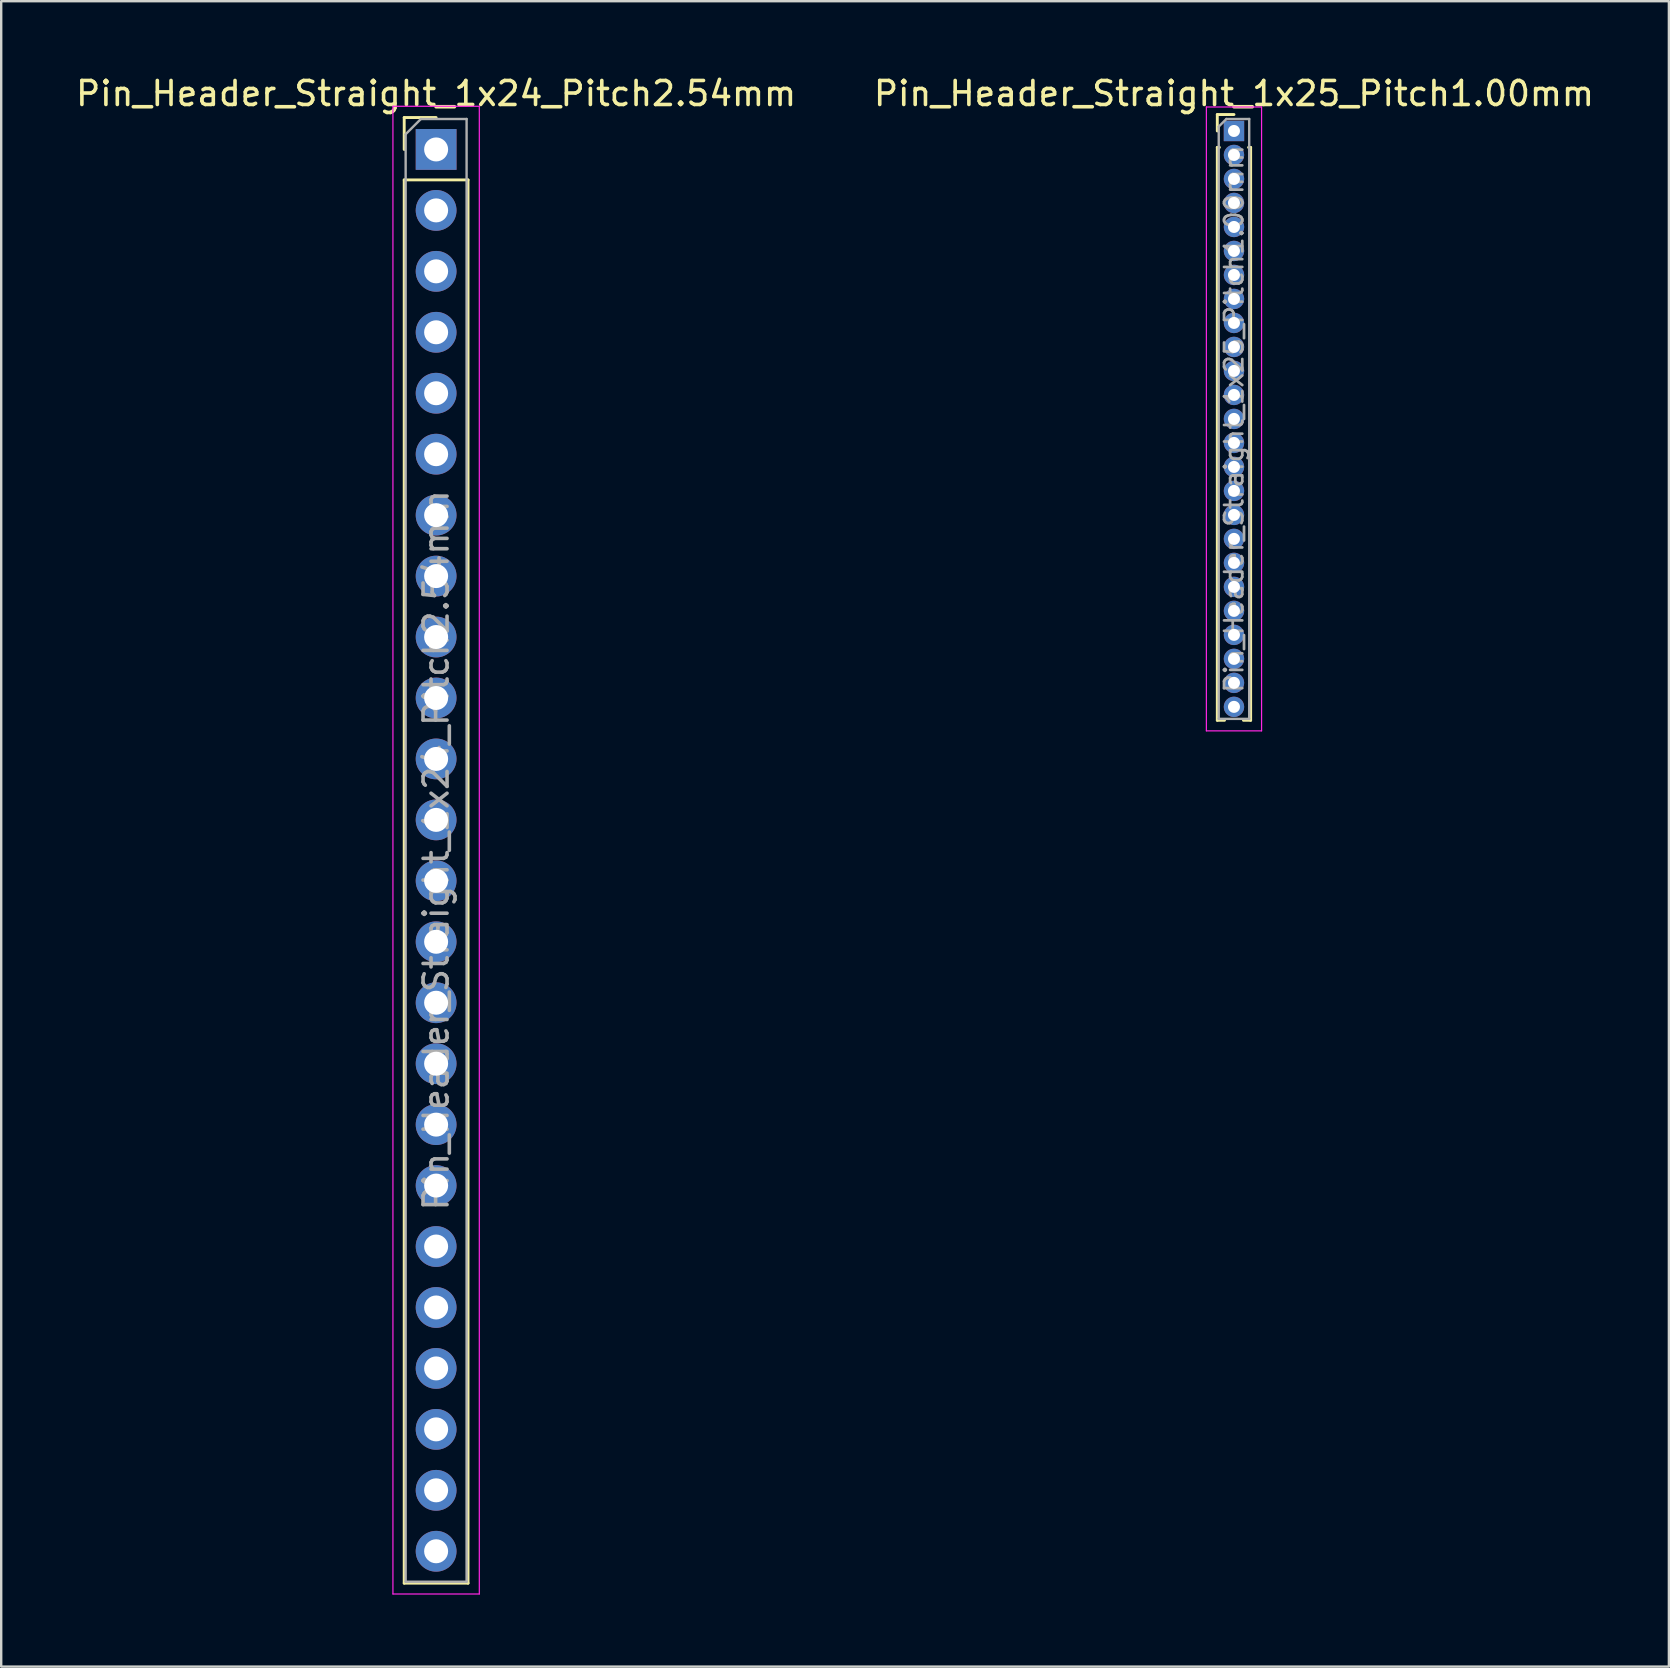
<source format=kicad_pcb>
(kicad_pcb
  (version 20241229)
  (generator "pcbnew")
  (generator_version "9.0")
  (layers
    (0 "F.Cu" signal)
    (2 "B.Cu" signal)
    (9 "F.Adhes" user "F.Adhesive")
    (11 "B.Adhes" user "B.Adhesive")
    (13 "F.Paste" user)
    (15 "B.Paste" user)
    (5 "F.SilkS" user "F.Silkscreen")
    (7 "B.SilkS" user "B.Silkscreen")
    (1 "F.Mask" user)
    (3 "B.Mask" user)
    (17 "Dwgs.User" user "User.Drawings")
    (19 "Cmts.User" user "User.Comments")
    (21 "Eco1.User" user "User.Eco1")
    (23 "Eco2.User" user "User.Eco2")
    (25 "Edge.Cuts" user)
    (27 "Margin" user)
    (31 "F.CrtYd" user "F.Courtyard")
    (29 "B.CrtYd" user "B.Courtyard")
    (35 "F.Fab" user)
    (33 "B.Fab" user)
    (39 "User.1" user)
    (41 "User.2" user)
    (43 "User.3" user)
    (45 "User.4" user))
  (footprint "Pin_Header_Straight_1x24_Pitch2.54mm"
    (layer "F.Cu")
    (at 15.125 3.178)
    (property "Reference" "Pin_Header_Straight_1x24_Pitch2.54mm" (at 0 -2.33 0) (layer "F.SilkS") (effects (font (size 1 1) (thickness 0.15))))
    (attr through_hole)
    (fp_line (start -1.33 -1.33) (end 0 -1.33) (stroke (width 0.12) (type solid)) (layer "F.SilkS"))
    (fp_line (start -1.33 0) (end -1.33 -1.33) (stroke (width 0.12) (type solid)) (layer "F.SilkS"))
    (fp_line (start -1.33 1.27) (end -1.33 59.75) (stroke (width 0.12) (type solid)) (layer "F.SilkS"))
    (fp_line (start -1.33 1.27) (end 1.33 1.27) (stroke (width 0.12) (type solid)) (layer "F.SilkS"))
    (fp_line (start -1.33 59.75) (end 1.33 59.75) (stroke (width 0.12) (type solid)) (layer "F.SilkS"))
    (fp_line (start 1.33 1.27) (end 1.33 59.75) (stroke (width 0.12) (type solid)) (layer "F.SilkS"))
    (fp_line (start -1.8 -1.8) (end -1.8 60.2) (stroke (width 0.05) (type solid)) (layer "F.CrtYd"))
    (fp_line (start -1.8 60.2) (end 1.8 60.2) (stroke (width 0.05) (type solid)) (layer "F.CrtYd"))
    (fp_line (start 1.8 -1.8) (end -1.8 -1.8) (stroke (width 0.05) (type solid)) (layer "F.CrtYd"))
    (fp_line (start 1.8 60.2) (end 1.8 -1.8) (stroke (width 0.05) (type solid)) (layer "F.CrtYd"))
    (fp_line (start -1.27 -0.635) (end -0.635 -1.27) (stroke (width 0.1) (type solid)) (layer "F.Fab"))
    (fp_line (start -1.27 59.69) (end -1.27 -0.635) (stroke (width 0.1) (type solid)) (layer "F.Fab"))
    (fp_line (start -0.635 -1.27) (end 1.27 -1.27) (stroke (width 0.1) (type solid)) (layer "F.Fab"))
    (fp_line (start 1.27 -1.27) (end 1.27 59.69) (stroke (width 0.1) (type solid)) (layer "F.Fab"))
    (fp_line (start 1.27 59.69) (end -1.27 59.69) (stroke (width 0.1) (type solid)) (layer "F.Fab"))
    (fp_text user "${REFERENCE}" (at 0 29.21 90) (layer "F.Fab") (effects (font (size 1 1) (thickness 0.15))))
    (pad "1" thru_hole rect (at 0 0) (size 1.7 1.7) (drill 1) (layers "*.Cu" "*.Mask"))
    (pad "2" thru_hole oval (at 0 2.54) (size 1.7 1.7) (drill 1) (layers "*.Cu" "*.Mask"))
    (pad "3" thru_hole oval (at 0 5.08) (size 1.7 1.7) (drill 1) (layers "*.Cu" "*.Mask"))
    (pad "4" thru_hole oval (at 0 7.62) (size 1.7 1.7) (drill 1) (layers "*.Cu" "*.Mask"))
    (pad "5" thru_hole oval (at 0 10.16) (size 1.7 1.7) (drill 1) (layers "*.Cu" "*.Mask"))
    (pad "6" thru_hole oval (at 0 12.7) (size 1.7 1.7) (drill 1) (layers "*.Cu" "*.Mask"))
    (pad "7" thru_hole oval (at 0 15.24) (size 1.7 1.7) (drill 1) (layers "*.Cu" "*.Mask"))
    (pad "8" thru_hole oval (at 0 17.78) (size 1.7 1.7) (drill 1) (layers "*.Cu" "*.Mask"))
    (pad "9" thru_hole oval (at 0 20.32) (size 1.7 1.7) (drill 1) (layers "*.Cu" "*.Mask"))
    (pad "10" thru_hole oval (at 0 22.86) (size 1.7 1.7) (drill 1) (layers "*.Cu" "*.Mask"))
    (pad "11" thru_hole oval (at 0 25.4) (size 1.7 1.7) (drill 1) (layers "*.Cu" "*.Mask"))
    (pad "12" thru_hole oval (at 0 27.94) (size 1.7 1.7) (drill 1) (layers "*.Cu" "*.Mask"))
    (pad "13" thru_hole oval (at 0 30.48) (size 1.7 1.7) (drill 1) (layers "*.Cu" "*.Mask"))
    (pad "14" thru_hole oval (at 0 33.02) (size 1.7 1.7) (drill 1) (layers "*.Cu" "*.Mask"))
    (pad "15" thru_hole oval (at 0 35.56) (size 1.7 1.7) (drill 1) (layers "*.Cu" "*.Mask"))
    (pad "16" thru_hole oval (at 0 38.1) (size 1.7 1.7) (drill 1) (layers "*.Cu" "*.Mask"))
    (pad "17" thru_hole oval (at 0 40.64) (size 1.7 1.7) (drill 1) (layers "*.Cu" "*.Mask"))
    (pad "18" thru_hole oval (at 0 43.18) (size 1.7 1.7) (drill 1) (layers "*.Cu" "*.Mask"))
    (pad "19" thru_hole oval (at 0 45.72) (size 1.7 1.7) (drill 1) (layers "*.Cu" "*.Mask"))
    (pad "20" thru_hole oval (at 0 48.26) (size 1.7 1.7) (drill 1) (layers "*.Cu" "*.Mask"))
    (pad "21" thru_hole oval (at 0 50.8) (size 1.7 1.7) (drill 1) (layers "*.Cu" "*.Mask"))
    (pad "22" thru_hole oval (at 0 53.34) (size 1.7 1.7) (drill 1) (layers "*.Cu" "*.Mask"))
    (pad "23" thru_hole oval (at 0 55.88) (size 1.7 1.7) (drill 1) (layers "*.Cu" "*.Mask"))
    (pad "24" thru_hole oval (at 0 58.42) (size 1.7 1.7) (drill 1) (layers "*.Cu" "*.Mask")))
  (footprint "Pin_Header_Straight_1x25_Pitch1.00mm"
    (layer "F.Cu")
    (at 48.375 2.408)
    (property "Reference" "Pin_Header_Straight_1x25_Pitch1.00mm" (at 0 -1.56 0) (layer "F.SilkS") (effects (font (size 1 1) (thickness 0.15))))
    (attr through_hole)
    (fp_line (start -0.695 -0.685) (end 0 -0.685) (stroke (width 0.12) (type solid)) (layer "F.SilkS"))
    (fp_line (start -0.695 0) (end -0.695 -0.685) (stroke (width 0.12) (type solid)) (layer "F.SilkS"))
    (fp_line (start -0.695 0.685) (end -0.695 24.56) (stroke (width 0.12) (type solid)) (layer "F.SilkS"))
    (fp_line (start -0.695 0.685) (end -0.608 0.685) (stroke (width 0.12) (type solid)) (layer "F.SilkS"))
    (fp_line (start -0.695 24.56) (end -0.394 24.56) (stroke (width 0.12) (type solid)) (layer "F.SilkS"))
    (fp_line (start 0.394 24.56) (end 0.695 24.56) (stroke (width 0.12) (type solid)) (layer "F.SilkS"))
    (fp_line (start 0.608 0.685) (end 0.695 0.685) (stroke (width 0.12) (type solid)) (layer "F.SilkS"))
    (fp_line (start 0.695 0.685) (end 0.695 24.56) (stroke (width 0.12) (type solid)) (layer "F.SilkS"))
    (fp_line (start -1.15 -1) (end -1.15 25) (stroke (width 0.05) (type solid)) (layer "F.CrtYd"))
    (fp_line (start -1.15 25) (end 1.15 25) (stroke (width 0.05) (type solid)) (layer "F.CrtYd"))
    (fp_line (start 1.15 -1) (end -1.15 -1) (stroke (width 0.05) (type solid)) (layer "F.CrtYd"))
    (fp_line (start 1.15 25) (end 1.15 -1) (stroke (width 0.05) (type solid)) (layer "F.CrtYd"))
    (fp_line (start -0.635 -0.182) (end -0.318 -0.5) (stroke (width 0.1) (type solid)) (layer "F.Fab"))
    (fp_line (start -0.635 24.5) (end -0.635 -0.182) (stroke (width 0.1) (type solid)) (layer "F.Fab"))
    (fp_line (start -0.318 -0.5) (end 0.635 -0.5) (stroke (width 0.1) (type solid)) (layer "F.Fab"))
    (fp_line (start 0.635 -0.5) (end 0.635 24.5) (stroke (width 0.1) (type solid)) (layer "F.Fab"))
    (fp_line (start 0.635 24.5) (end -0.635 24.5) (stroke (width 0.1) (type solid)) (layer "F.Fab"))
    (fp_text user "${REFERENCE}" (at 0 12 90) (layer "F.Fab") (effects (font (size 0.76 0.76) (thickness 0.114))))
    (pad "1" thru_hole rect (at 0 0) (size 0.85 0.85) (drill 0.5) (layers "*.Cu" "*.Mask"))
    (pad "2" thru_hole oval (at 0 1) (size 0.85 0.85) (drill 0.5) (layers "*.Cu" "*.Mask"))
    (pad "3" thru_hole oval (at 0 2) (size 0.85 0.85) (drill 0.5) (layers "*.Cu" "*.Mask"))
    (pad "4" thru_hole oval (at 0 3) (size 0.85 0.85) (drill 0.5) (layers "*.Cu" "*.Mask"))
    (pad "5" thru_hole oval (at 0 4) (size 0.85 0.85) (drill 0.5) (layers "*.Cu" "*.Mask"))
    (pad "6" thru_hole oval (at 0 5) (size 0.85 0.85) (drill 0.5) (layers "*.Cu" "*.Mask"))
    (pad "7" thru_hole oval (at 0 6) (size 0.85 0.85) (drill 0.5) (layers "*.Cu" "*.Mask"))
    (pad "8" thru_hole oval (at 0 7) (size 0.85 0.85) (drill 0.5) (layers "*.Cu" "*.Mask"))
    (pad "9" thru_hole oval (at 0 8) (size 0.85 0.85) (drill 0.5) (layers "*.Cu" "*.Mask"))
    (pad "10" thru_hole oval (at 0 9) (size 0.85 0.85) (drill 0.5) (layers "*.Cu" "*.Mask"))
    (pad "11" thru_hole oval (at 0 10) (size 0.85 0.85) (drill 0.5) (layers "*.Cu" "*.Mask"))
    (pad "12" thru_hole oval (at 0 11) (size 0.85 0.85) (drill 0.5) (layers "*.Cu" "*.Mask"))
    (pad "13" thru_hole oval (at 0 12) (size 0.85 0.85) (drill 0.5) (layers "*.Cu" "*.Mask"))
    (pad "14" thru_hole oval (at 0 13) (size 0.85 0.85) (drill 0.5) (layers "*.Cu" "*.Mask"))
    (pad "15" thru_hole oval (at 0 14) (size 0.85 0.85) (drill 0.5) (layers "*.Cu" "*.Mask"))
    (pad "16" thru_hole oval (at 0 15) (size 0.85 0.85) (drill 0.5) (layers "*.Cu" "*.Mask"))
    (pad "17" thru_hole oval (at 0 16) (size 0.85 0.85) (drill 0.5) (layers "*.Cu" "*.Mask"))
    (pad "18" thru_hole oval (at 0 17) (size 0.85 0.85) (drill 0.5) (layers "*.Cu" "*.Mask"))
    (pad "19" thru_hole oval (at 0 18) (size 0.85 0.85) (drill 0.5) (layers "*.Cu" "*.Mask"))
    (pad "20" thru_hole oval (at 0 19) (size 0.85 0.85) (drill 0.5) (layers "*.Cu" "*.Mask"))
    (pad "21" thru_hole oval (at 0 20) (size 0.85 0.85) (drill 0.5) (layers "*.Cu" "*.Mask"))
    (pad "22" thru_hole oval (at 0 21) (size 0.85 0.85) (drill 0.5) (layers "*.Cu" "*.Mask"))
    (pad "23" thru_hole oval (at 0 22) (size 0.85 0.85) (drill 0.5) (layers "*.Cu" "*.Mask"))
    (pad "24" thru_hole oval (at 0 23) (size 0.85 0.85) (drill 0.5) (layers "*.Cu" "*.Mask"))
    (pad "25" thru_hole oval (at 0 24) (size 0.85 0.85) (drill 0.5) (layers "*.Cu" "*.Mask")))
  (gr_rect
    (start -3 -3)
    (end 66.5 66.403)
    (stroke (width 0.1) (type default))
    (fill no)
    (layer "Edge.Cuts")))
</source>
